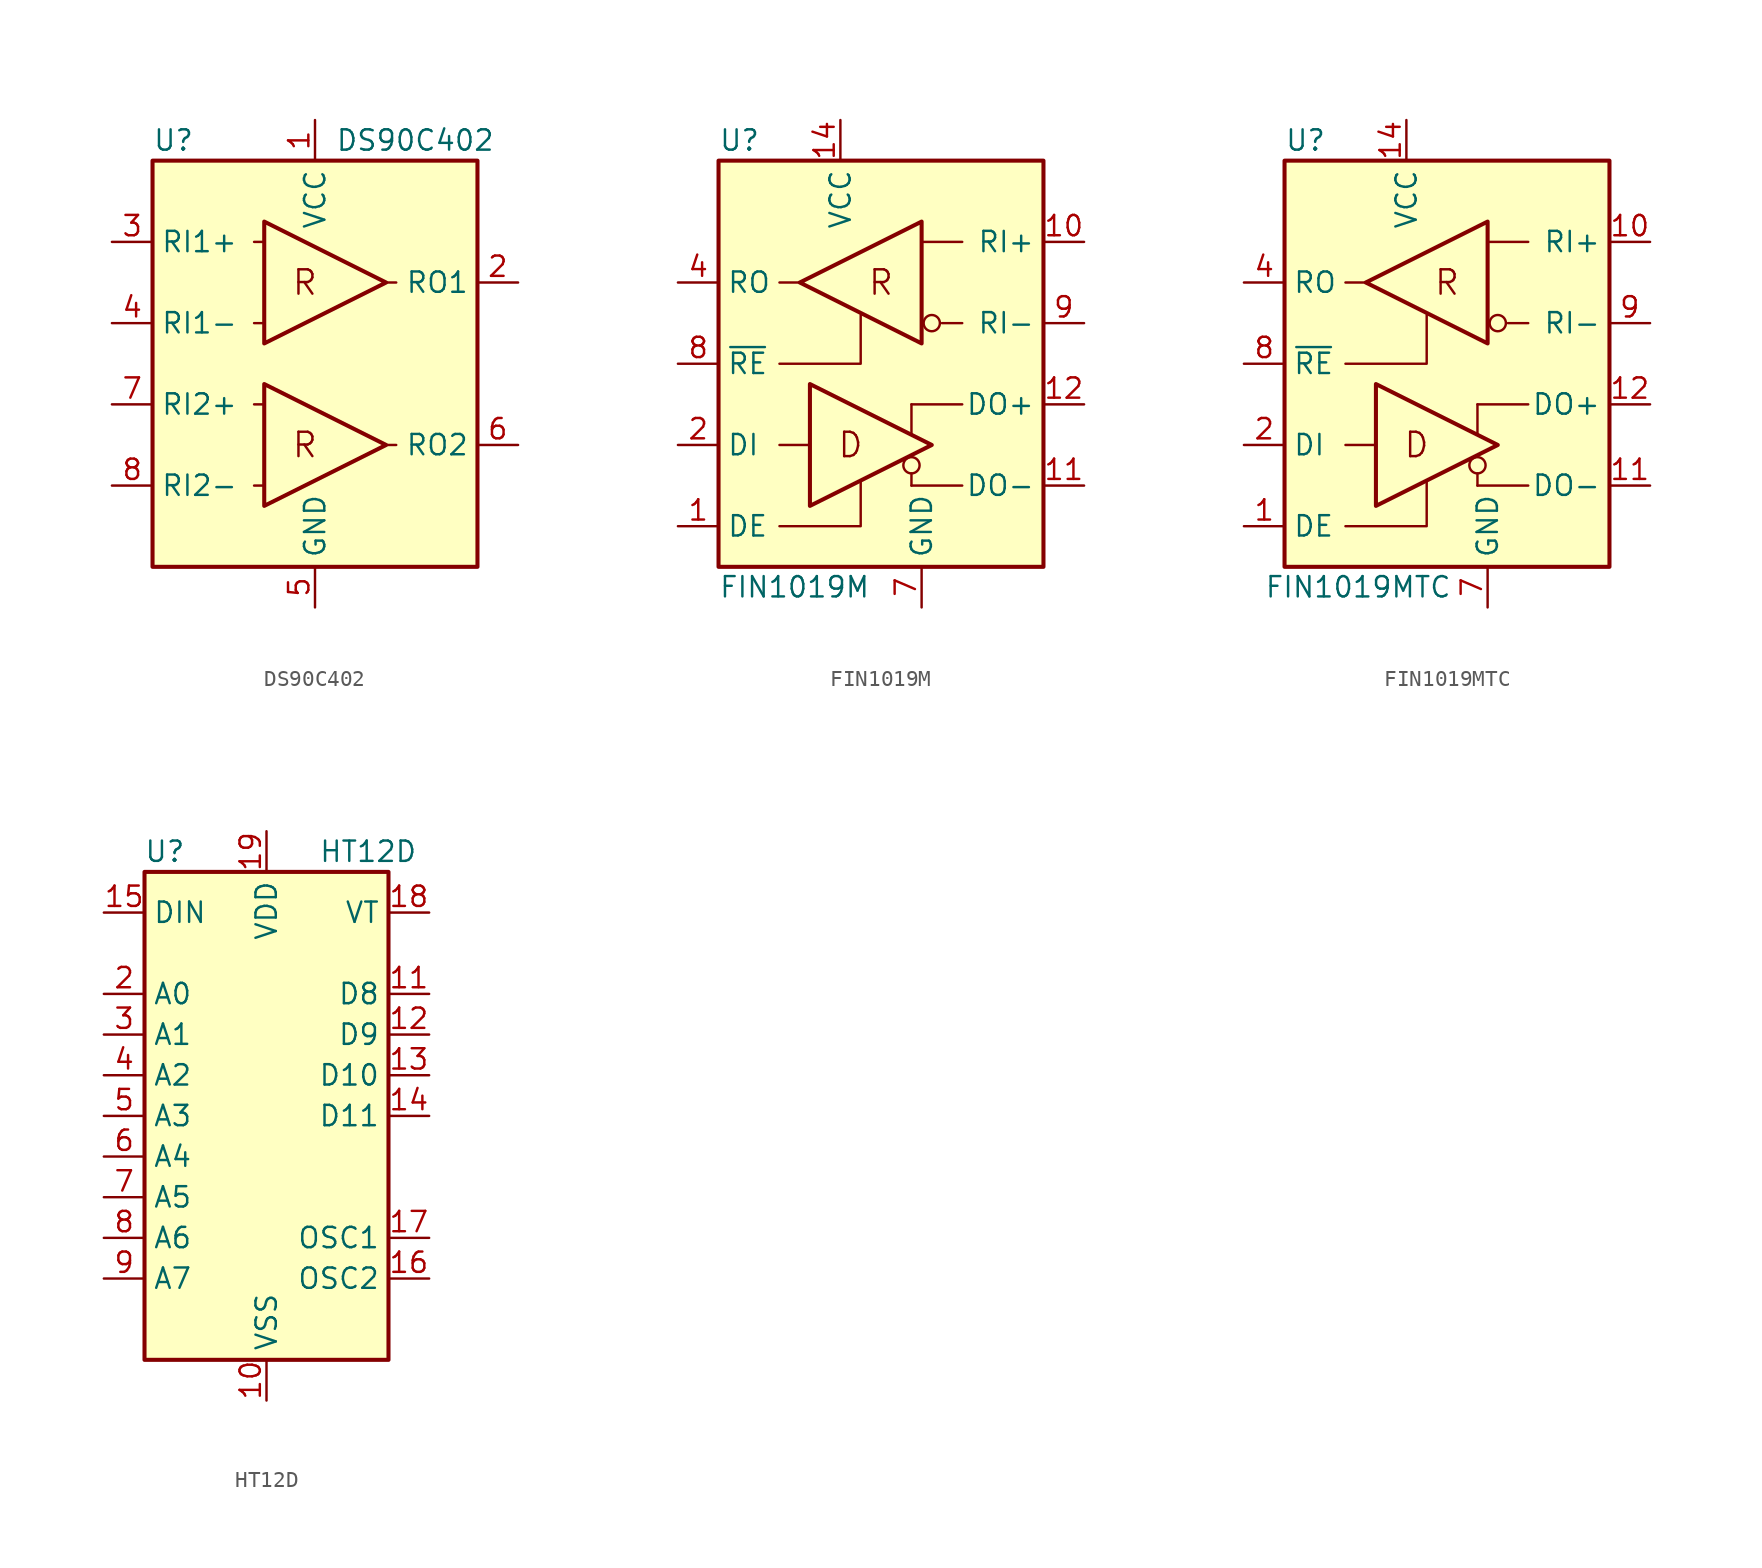
<source format=kicad_sym>
(kicad_symbol_lib
  (version 20200908)
  (generator kicad_symbol_editor)
  (symbol "Interface:DS90C402"
    (property "Reference" "U"
      (at -10.16 13.97 0)
      (effects (font (size 1.27 1.27)) (justify left)))
    (property "Value" "DS90C402"
      (at 1.27 13.97 0)
      (effects (font (size 1.27 1.27)) (justify left)))
    (symbol "DS90C402_1_0"
      (text "R" (at -0.635 -5.08 0) (effects (font (size 1.524 1.524))))
      (text "R" (at -0.635 5.08 0) (effects (font (size 1.524 1.524)))))
    (symbol "DS90C402_0_1"
      (rectangle (start -10.16 12.7) (end 10.16 -12.7) (stroke (width 0.254)) (fill (type background))))
    (symbol "DS90C402_1_1"
      (polyline (pts (xy -3.81 -7.62) (xy -3.175 -7.62)) (stroke (width 0)) (fill (type none)))
      (polyline (pts (xy -3.81 -2.54) (xy -3.175 -2.54)) (stroke (width 0)) (fill (type none)))
      (polyline (pts (xy -3.81 2.54) (xy -3.175 2.54)) (stroke (width 0)) (fill (type none)))
      (polyline (pts (xy -3.81 7.62) (xy -3.175 7.62)) (stroke (width 0)) (fill (type none)))
      (polyline (pts (xy 5.08 -5.08) (xy 4.445 -5.08)) (stroke (width 0)) (fill (type none)))
      (polyline (pts (xy 5.08 5.08) (xy 4.445 5.08)) (stroke (width 0)) (fill (type none)))
      (polyline (pts (xy -3.175 -8.89) (xy -3.175 -1.27) (xy 4.445 -5.08) (xy -3.175 -8.89)) (stroke (width 0.254)) (fill (type none)))
      (polyline (pts (xy -3.175 1.27) (xy -3.175 8.89) (xy 4.445 5.08) (xy -3.175 1.27)) (stroke (width 0.254)) (fill (type none)))
      (pin power_in line (at 0 15.24 270) (length 2.54) (name "VCC" (effects (font (size 1.27 1.27)))) (number "1" (effects (font (size 1.27 1.27)))))
      (pin output line (at 12.7 5.08 180) (length 2.54) (name "RO1" (effects (font (size 1.27 1.27)))) (number "2" (effects (font (size 1.27 1.27)))))
      (pin input line (at -12.7 7.62 0) (length 2.54) (name "RI1+" (effects (font (size 1.27 1.27)))) (number "3" (effects (font (size 1.27 1.27)))))
      (pin input line (at -12.7 2.54 0) (length 2.54) (name "RI1-" (effects (font (size 1.27 1.27)))) (number "4" (effects (font (size 1.27 1.27)))))
      (pin power_in line (at 0 -15.24 90) (length 2.54) (name "GND" (effects (font (size 1.27 1.27)))) (number "5" (effects (font (size 1.27 1.27)))))
      (pin output line (at 12.7 -5.08 180) (length 2.54) (name "RO2" (effects (font (size 1.27 1.27)))) (number "6" (effects (font (size 1.27 1.27)))))
      (pin input line (at -12.7 -2.54 0) (length 2.54) (name "RI2+" (effects (font (size 1.27 1.27)))) (number "7" (effects (font (size 1.27 1.27)))))
      (pin input line (at -12.7 -7.62 0) (length 2.54) (name "RI2-" (effects (font (size 1.27 1.27)))) (number "8" (effects (font (size 1.27 1.27)))))))
  (symbol "Interface:FIN1019M"
    (property "Reference" "U"
      (at -10.16 13.97 0)
      (effects (font (size 1.27 1.27)) (justify left)))
    (property "Value" "FIN1019M"
      (at -10.16 -13.97 0)
      (effects (font (size 1.27 1.27)) (justify left)))
    (symbol "FIN1019M_0_0"
      (circle (center 1.905 -6.35) (radius 0.508) (stroke (width 0)) (fill (type none)))
      (circle (center 3.175 2.54) (radius 0.508) (stroke (width 0)) (fill (type none)))
      (text "D" (at -1.905 -5.08 0) (effects (font (size 1.524 1.524))))
      (text "R" (at 0 5.08 0) (effects (font (size 1.524 1.524))))
      (rectangle (start -10.16 12.7) (end 10.16 -12.7) (stroke (width 0.254)) (fill (type background)))
      (polyline (pts (xy 1.905 -6.858) (xy 1.905 -7.62)) (stroke (width 0)) (fill (type none)))
      (polyline (pts (xy 1.905 -4.445) (xy 1.905 -2.54)) (stroke (width 0)) (fill (type none))))
    (symbol "FIN1019M_0_1"
      (polyline (pts (xy -6.35 -5.08) (xy -4.445 -5.08)) (stroke (width 0)) (fill (type none)))
      (polyline (pts (xy -6.35 5.08) (xy -5.08 5.08)) (stroke (width 0)) (fill (type none)))
      (polyline (pts (xy 1.905 -7.62) (xy 5.08 -7.62)) (stroke (width 0)) (fill (type none)))
      (polyline (pts (xy 2.54 7.62) (xy 5.08 7.62)) (stroke (width 0)) (fill (type none)))
      (polyline (pts (xy 5.08 -2.54) (xy 1.905 -2.54)) (stroke (width 0)) (fill (type none)))
      (polyline (pts (xy 5.08 2.54) (xy 3.81 2.54)) (stroke (width 0)) (fill (type none)))
      (polyline (pts (xy -6.35 -10.16) (xy -1.27 -10.16) (xy -1.27 -7.366)) (stroke (width 0)) (fill (type none)))
      (polyline (pts (xy -6.35 0) (xy -1.27 0) (xy -1.27 3.048)) (stroke (width 0)) (fill (type none)))
      (polyline (pts (xy -4.445 -8.89) (xy -4.445 -1.27) (xy 3.175 -5.08) (xy -4.445 -8.89)) (stroke (width 0.254)) (fill (type none)))
      (polyline (pts (xy 2.54 8.89) (xy 2.54 1.27) (xy -5.08 5.08) (xy 2.54 8.89)) (stroke (width 0.254)) (fill (type none))))
    (symbol "FIN1019M_1_1"
      (pin input line (at -12.7 -10.16 0) (length 2.54) (name "DE" (effects (font (size 1.27 1.27)))) (number "1" (effects (font (size 1.27 1.27)))))
      (pin input line (at 12.7 7.62 180) (length 2.54) (name "RI+" (effects (font (size 1.27 1.27)))) (number "10" (effects (font (size 1.27 1.27)))))
      (pin tri_state line (at 12.7 -7.62 180) (length 2.54) (name "DO-" (effects (font (size 1.27 1.27)))) (number "11" (effects (font (size 1.27 1.27)))))
      (pin tri_state line (at 12.7 -2.54 180) (length 2.54) (name "DO+" (effects (font (size 1.27 1.27)))) (number "12" (effects (font (size 1.27 1.27)))))
      (pin unconnected line (at 7.62 12.7 270) (length 2.54) hide (name "NC" (effects (font (size 1.27 1.27)))) (number "13" (effects (font (size 1.27 1.27)))))
      (pin power_in line (at -2.54 15.24 270) (length 2.54) (name "VCC" (effects (font (size 1.27 1.27)))) (number "14" (effects (font (size 1.27 1.27)))))
      (pin input line (at -12.7 -5.08 0) (length 2.54) (name "DI" (effects (font (size 1.27 1.27)))) (number "2" (effects (font (size 1.27 1.27)))))
      (pin unconnected line (at 0 12.7 270) (length 2.54) hide (name "NC" (effects (font (size 1.27 1.27)))) (number "3" (effects (font (size 1.27 1.27)))))
      (pin tri_state line (at -12.7 5.08 0) (length 2.54) (name "RO" (effects (font (size 1.27 1.27)))) (number "4" (effects (font (size 1.27 1.27)))))
      (pin unconnected line (at 2.54 12.7 270) (length 2.54) hide (name "NC" (effects (font (size 1.27 1.27)))) (number "5" (effects (font (size 1.27 1.27)))))
      (pin unconnected line (at 5.08 12.7 270) (length 2.54) hide (name "NC" (effects (font (size 1.27 1.27)))) (number "6" (effects (font (size 1.27 1.27)))))
      (pin power_in line (at 2.54 -15.24 90) (length 2.54) (name "GND" (effects (font (size 1.27 1.27)))) (number "7" (effects (font (size 1.27 1.27)))))
      (pin input line (at -12.7 0 0) (length 2.54) (name "~RE" (effects (font (size 1.27 1.27)))) (number "8" (effects (font (size 1.27 1.27)))))
      (pin input line (at 12.7 2.54 180) (length 2.54) (name "RI-" (effects (font (size 1.27 1.27)))) (number "9" (effects (font (size 1.27 1.27)))))))
  (symbol "Interface:FIN1019MTC"
    (property "Reference" "U"
      (at -10.16 13.97 0)
      (effects (font (size 1.27 1.27)) (justify left)))
    (property "Value" "FIN1019MTC"
      (at -11.43 -13.97 0)
      (effects (font (size 1.27 1.27)) (justify left)))
    (symbol "FIN1019MTC_0_0"
      (circle (center 1.905 -6.35) (radius 0.508) (stroke (width 0)) (fill (type none)))
      (circle (center 3.175 2.54) (radius 0.508) (stroke (width 0)) (fill (type none)))
      (text "D" (at -1.905 -5.08 0) (effects (font (size 1.524 1.524))))
      (text "R" (at 0 5.08 0) (effects (font (size 1.524 1.524))))
      (rectangle (start -10.16 12.7) (end 10.16 -12.7) (stroke (width 0.254)) (fill (type background)))
      (polyline (pts (xy 1.905 -6.858) (xy 1.905 -7.62)) (stroke (width 0)) (fill (type none)))
      (polyline (pts (xy 1.905 -4.445) (xy 1.905 -2.54)) (stroke (width 0)) (fill (type none))))
    (symbol "FIN1019MTC_0_1"
      (polyline (pts (xy -6.35 -5.08) (xy -4.445 -5.08)) (stroke (width 0)) (fill (type none)))
      (polyline (pts (xy -6.35 5.08) (xy -5.08 5.08)) (stroke (width 0)) (fill (type none)))
      (polyline (pts (xy 1.905 -7.62) (xy 5.08 -7.62)) (stroke (width 0)) (fill (type none)))
      (polyline (pts (xy 2.54 7.62) (xy 5.08 7.62)) (stroke (width 0)) (fill (type none)))
      (polyline (pts (xy 5.08 -2.54) (xy 1.905 -2.54)) (stroke (width 0)) (fill (type none)))
      (polyline (pts (xy 5.08 2.54) (xy 3.81 2.54)) (stroke (width 0)) (fill (type none)))
      (polyline (pts (xy -6.35 -10.16) (xy -1.27 -10.16) (xy -1.27 -7.366)) (stroke (width 0)) (fill (type none)))
      (polyline (pts (xy -6.35 0) (xy -1.27 0) (xy -1.27 3.048)) (stroke (width 0)) (fill (type none)))
      (polyline (pts (xy -4.445 -8.89) (xy -4.445 -1.27) (xy 3.175 -5.08) (xy -4.445 -8.89)) (stroke (width 0.254)) (fill (type none)))
      (polyline (pts (xy 2.54 8.89) (xy 2.54 1.27) (xy -5.08 5.08) (xy 2.54 8.89)) (stroke (width 0.254)) (fill (type none))))
    (symbol "FIN1019MTC_1_1"
      (pin input line (at -12.7 -10.16 0) (length 2.54) (name "DE" (effects (font (size 1.27 1.27)))) (number "1" (effects (font (size 1.27 1.27)))))
      (pin input line (at 12.7 7.62 180) (length 2.54) (name "RI+" (effects (font (size 1.27 1.27)))) (number "10" (effects (font (size 1.27 1.27)))))
      (pin tri_state line (at 12.7 -7.62 180) (length 2.54) (name "DO-" (effects (font (size 1.27 1.27)))) (number "11" (effects (font (size 1.27 1.27)))))
      (pin tri_state line (at 12.7 -2.54 180) (length 2.54) (name "DO+" (effects (font (size 1.27 1.27)))) (number "12" (effects (font (size 1.27 1.27)))))
      (pin unconnected line (at 7.62 12.7 270) (length 2.54) hide (name "NC" (effects (font (size 1.27 1.27)))) (number "13" (effects (font (size 1.27 1.27)))))
      (pin power_in line (at -2.54 15.24 270) (length 2.54) (name "VCC" (effects (font (size 1.27 1.27)))) (number "14" (effects (font (size 1.27 1.27)))))
      (pin input line (at -12.7 -5.08 0) (length 2.54) (name "DI" (effects (font (size 1.27 1.27)))) (number "2" (effects (font (size 1.27 1.27)))))
      (pin unconnected line (at 0 12.7 270) (length 2.54) hide (name "NC" (effects (font (size 1.27 1.27)))) (number "3" (effects (font (size 1.27 1.27)))))
      (pin tri_state line (at -12.7 5.08 0) (length 2.54) (name "RO" (effects (font (size 1.27 1.27)))) (number "4" (effects (font (size 1.27 1.27)))))
      (pin unconnected line (at 2.54 12.7 270) (length 2.54) hide (name "NC" (effects (font (size 1.27 1.27)))) (number "5" (effects (font (size 1.27 1.27)))))
      (pin unconnected line (at 5.08 12.7 270) (length 2.54) hide (name "NC" (effects (font (size 1.27 1.27)))) (number "6" (effects (font (size 1.27 1.27)))))
      (pin power_in line (at 2.54 -15.24 90) (length 2.54) (name "GND" (effects (font (size 1.27 1.27)))) (number "7" (effects (font (size 1.27 1.27)))))
      (pin input line (at -12.7 0 0) (length 2.54) (name "~RE" (effects (font (size 1.27 1.27)))) (number "8" (effects (font (size 1.27 1.27)))))
      (pin input line (at 12.7 2.54 180) (length 2.54) (name "RI-" (effects (font (size 1.27 1.27)))) (number "9" (effects (font (size 1.27 1.27)))))))
  (symbol "Interface:HT12D"
    (property "Reference" "U"
      (at -6.35 16.51 0)
      (effects (font (size 1.27 1.27))))
    (property "Value" "HT12D"
      (at 6.35 16.51 0)
      (effects (font (size 1.27 1.27))))
    (symbol "HT12D_1_1"
      (rectangle (start -7.62 15.24) (end 7.62 -15.24) (stroke (width 0.254)) (fill (type background)))
      (pin unconnected line (at 7.62 -2.54 180) (length 2.54) hide (name "NC" (effects (font (size 1.27 1.27)))) (number "1" (effects (font (size 1.27 1.27)))))
      (pin power_in line (at 0 -17.78 90) (length 2.54) (name "VSS" (effects (font (size 1.27 1.27)))) (number "10" (effects (font (size 1.27 1.27)))))
      (pin output line (at 10.16 7.62 180) (length 2.54) (name "D8" (effects (font (size 1.27 1.27)))) (number "11" (effects (font (size 1.27 1.27)))))
      (pin output line (at 10.16 5.08 180) (length 2.54) (name "D9" (effects (font (size 1.27 1.27)))) (number "12" (effects (font (size 1.27 1.27)))))
      (pin output line (at 10.16 2.54 180) (length 2.54) (name "D10" (effects (font (size 1.27 1.27)))) (number "13" (effects (font (size 1.27 1.27)))))
      (pin output line (at 10.16 0 180) (length 2.54) (name "D11" (effects (font (size 1.27 1.27)))) (number "14" (effects (font (size 1.27 1.27)))))
      (pin input line (at -10.16 12.7 0) (length 2.54) (name "DIN" (effects (font (size 1.27 1.27)))) (number "15" (effects (font (size 1.27 1.27)))))
      (pin output line (at 10.16 -10.16 180) (length 2.54) (name "OSC2" (effects (font (size 1.27 1.27)))) (number "16" (effects (font (size 1.27 1.27)))))
      (pin input line (at 10.16 -7.62 180) (length 2.54) (name "OSC1" (effects (font (size 1.27 1.27)))) (number "17" (effects (font (size 1.27 1.27)))))
      (pin output line (at 10.16 12.7 180) (length 2.54) (name "VT" (effects (font (size 1.27 1.27)))) (number "18" (effects (font (size 1.27 1.27)))))
      (pin power_in line (at 0 17.78 270) (length 2.54) (name "VDD" (effects (font (size 1.27 1.27)))) (number "19" (effects (font (size 1.27 1.27)))))
      (pin input line (at -10.16 7.62 0) (length 2.54) (name "A0" (effects (font (size 1.27 1.27)))) (number "2" (effects (font (size 1.27 1.27)))))
      (pin unconnected line (at 7.62 -5.08 180) (length 2.54) hide (name "NC" (effects (font (size 1.27 1.27)))) (number "20" (effects (font (size 1.27 1.27)))))
      (pin input line (at -10.16 5.08 0) (length 2.54) (name "A1" (effects (font (size 1.27 1.27)))) (number "3" (effects (font (size 1.27 1.27)))))
      (pin input line (at -10.16 2.54 0) (length 2.54) (name "A2" (effects (font (size 1.27 1.27)))) (number "4" (effects (font (size 1.27 1.27)))))
      (pin input line (at -10.16 0 0) (length 2.54) (name "A3" (effects (font (size 1.27 1.27)))) (number "5" (effects (font (size 1.27 1.27)))))
      (pin input line (at -10.16 -2.54 0) (length 2.54) (name "A4" (effects (font (size 1.27 1.27)))) (number "6" (effects (font (size 1.27 1.27)))))
      (pin input line (at -10.16 -5.08 0) (length 2.54) (name "A5" (effects (font (size 1.27 1.27)))) (number "7" (effects (font (size 1.27 1.27)))))
      (pin input line (at -10.16 -7.62 0) (length 2.54) (name "A6" (effects (font (size 1.27 1.27)))) (number "8" (effects (font (size 1.27 1.27)))))
      (pin input line (at -10.16 -10.16 0) (length 2.54) (name "A7" (effects (font (size 1.27 1.27)))) (number "9" (effects (font (size 1.27 1.27))))))))
</source>
